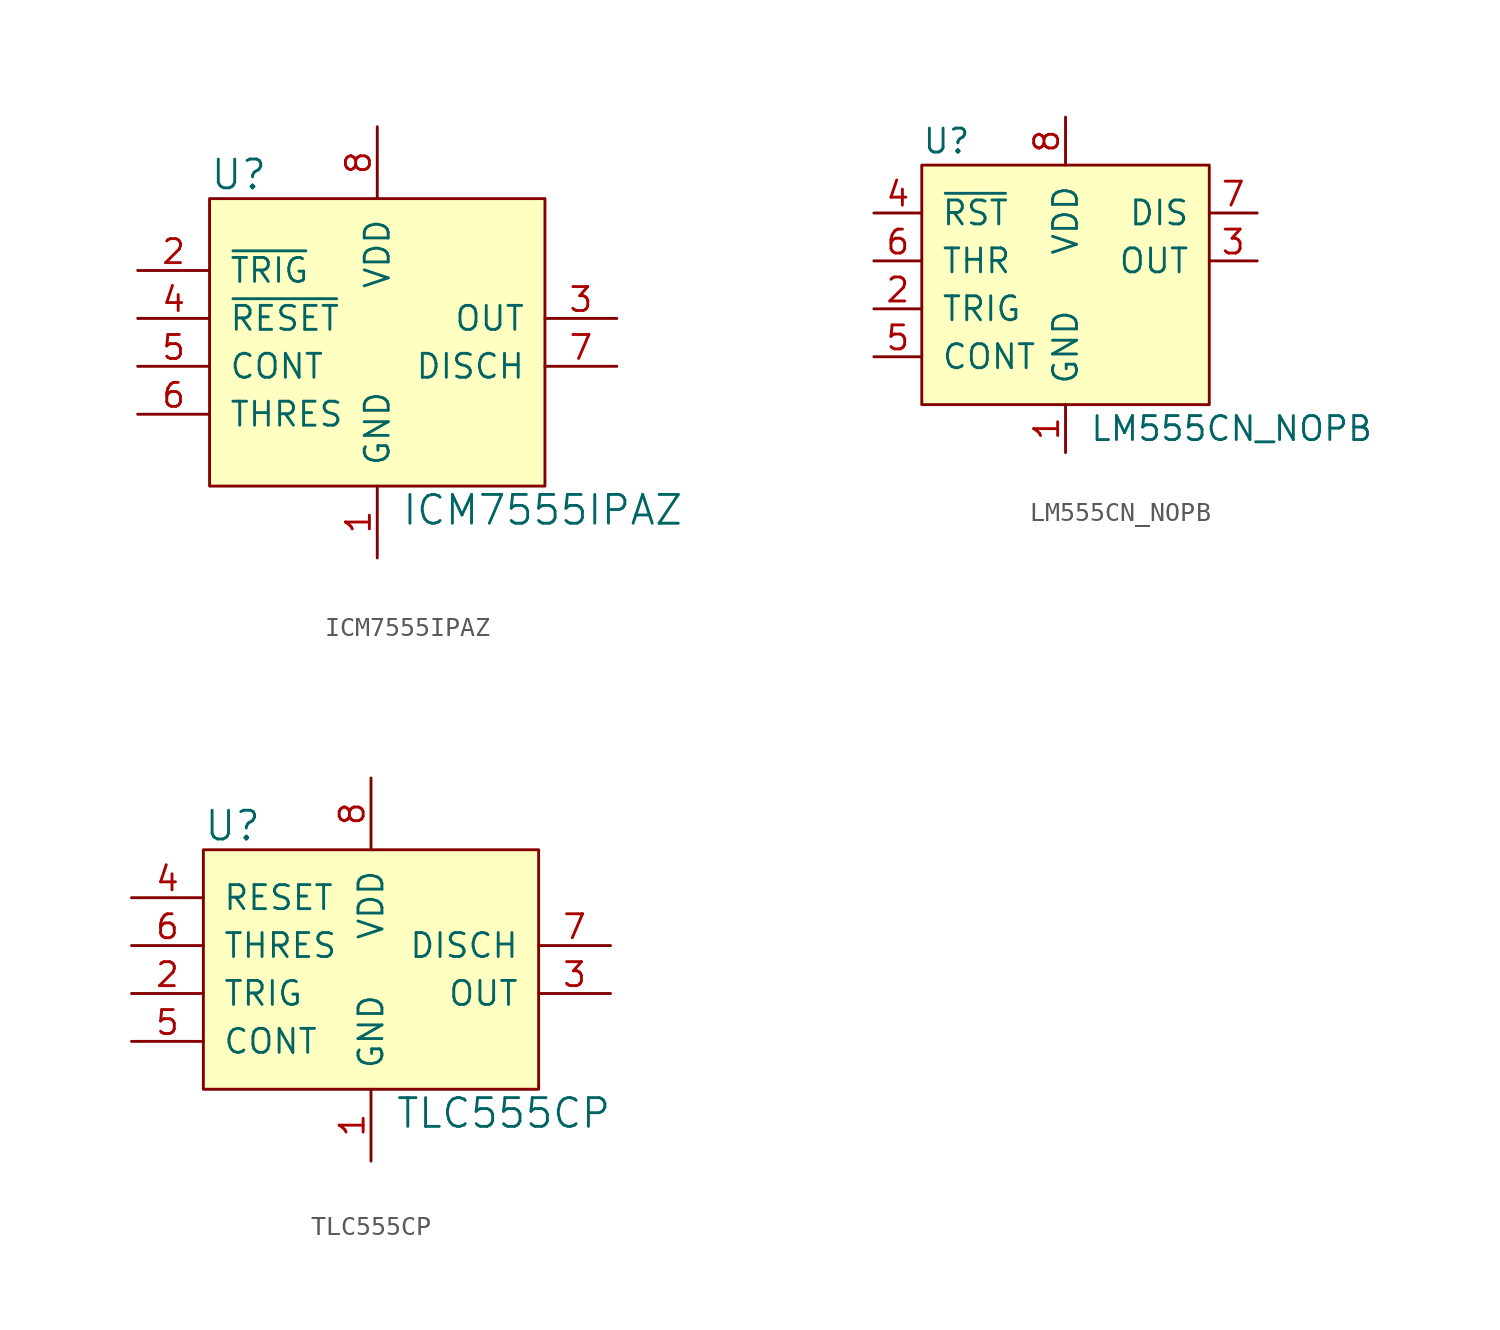
<source format=kicad_sym>
(kicad_symbol_lib
  (version 20231120)
  (generator "kicad_symbol_editor")
  (generator_version "8.0")
  (symbol "ICM7555IPAZ"
    (pin_names
      (offset 1.016))
    (property "Reference" "U"
      (at -8.89 7.62 0)
      (effects (font (size 1.524 1.524)) (justify left)))
    (property "Value" "ICM7555IPAZ"
      (at 1.27 -10.16 0)
      (effects (font (size 1.524 1.524)) (justify left)))
    (symbol "ICM7555IPAZ_1_1"
      (rectangle (start -8.89 6.35) (end 8.89 -8.89) (stroke (width 0) (type solid)) (fill (type background)))
      (pin power_in line (at 0 -12.7 90) (length 3.81) (name "GND" (effects (font (size 1.27 1.27)))) (number "1" (effects (font (size 1.27 1.27)))))
      (pin input line (at -12.7 2.54 0) (length 3.81) (name "~{TRIG}" (effects (font (size 1.27 1.27)))) (number "2" (effects (font (size 1.27 1.27)))))
      (pin output line (at 12.7 0 180) (length 3.81) (name "OUT" (effects (font (size 1.27 1.27)))) (number "3" (effects (font (size 1.27 1.27)))))
      (pin input line (at -12.7 0 0) (length 3.81) (name "~{RESET}" (effects (font (size 1.27 1.27)))) (number "4" (effects (font (size 1.27 1.27)))))
      (pin input line (at -12.7 -2.54 0) (length 3.81) (name "CONT" (effects (font (size 1.27 1.27)))) (number "5" (effects (font (size 1.27 1.27)))))
      (pin input line (at -12.7 -5.08 0) (length 3.81) (name "THRES" (effects (font (size 1.27 1.27)))) (number "6" (effects (font (size 1.27 1.27)))))
      (pin output line (at 12.7 -2.54 180) (length 3.81) (name "DISCH" (effects (font (size 1.27 1.27)))) (number "7" (effects (font (size 1.27 1.27)))))
      (pin power_in line (at 0 10.16 270) (length 3.81) (name "VDD" (effects (font (size 1.27 1.27)))) (number "8" (effects (font (size 1.27 1.27)))))))
  (symbol "LM555CN_NOPB"
    (pin_names
      (offset 1.016))
    (property "Reference" "U"
      (at -7.62 6.35 0)
      (effects (font (size 1.27 1.27)) (justify left)))
    (property "Value" "LM555CN_NOPB"
      (at 1.27 -8.89 0)
      (effects (font (size 1.27 1.27)) (justify left)))
    (symbol "LM555CN_NOPB_0_1"
      (rectangle (start -7.62 5.08) (end 7.62 -7.62) (stroke (width 0) (type solid)) (fill (type background))))
    (symbol "LM555CN_NOPB_1_1"
      (pin power_in line (at 0 -10.16 90) (length 2.54) (name "GND" (effects (font (size 1.27 1.27)))) (number "1" (effects (font (size 1.27 1.27)))))
      (pin input line (at -10.16 -2.54 0) (length 2.54) (name "TRIG" (effects (font (size 1.27 1.27)))) (number "2" (effects (font (size 1.27 1.27)))))
      (pin output line (at 10.16 0 180) (length 2.54) (name "OUT" (effects (font (size 1.27 1.27)))) (number "3" (effects (font (size 1.27 1.27)))))
      (pin input line (at -10.16 2.54 0) (length 2.54) (name "~{RST}" (effects (font (size 1.27 1.27)))) (number "4" (effects (font (size 1.27 1.27)))))
      (pin input line (at -10.16 -5.08 0) (length 2.54) (name "CONT" (effects (font (size 1.27 1.27)))) (number "5" (effects (font (size 1.27 1.27)))))
      (pin input line (at -10.16 0 0) (length 2.54) (name "THR" (effects (font (size 1.27 1.27)))) (number "6" (effects (font (size 1.27 1.27)))))
      (pin output line (at 10.16 2.54 180) (length 2.54) (name "DIS" (effects (font (size 1.27 1.27)))) (number "7" (effects (font (size 1.27 1.27)))))
      (pin power_in line (at 0 7.62 270) (length 2.54) (name "VDD" (effects (font (size 1.27 1.27)))) (number "8" (effects (font (size 1.27 1.27)))))))
  (symbol "TLC555CP"
    (pin_names
      (offset 1.016))
    (property "Reference" "U"
      (at -8.89 1.27 0)
      (effects (font (size 1.524 1.524)) (justify left)))
    (property "Value" "TLC555CP"
      (at 1.27 -13.97 0)
      (effects (font (size 1.524 1.524)) (justify left)))
    (symbol "TLC555CP_0_1"
      (rectangle (start -8.89 0) (end 8.89 -12.7) (stroke (width 0) (type solid)) (fill (type background))))
    (symbol "TLC555CP_1_1"
      (pin power_in line (at 0 -16.51 90) (length 3.81) (name "GND" (effects (font (size 1.27 1.27)))) (number "1" (effects (font (size 1.27 1.27)))))
      (pin input line (at -12.7 -7.62 0) (length 3.81) (name "TRIG" (effects (font (size 1.27 1.27)))) (number "2" (effects (font (size 1.27 1.27)))))
      (pin output line (at 12.7 -7.62 180) (length 3.81) (name "OUT" (effects (font (size 1.27 1.27)))) (number "3" (effects (font (size 1.27 1.27)))))
      (pin input line (at -12.7 -2.54 0) (length 3.81) (name "RESET" (effects (font (size 1.27 1.27)))) (number "4" (effects (font (size 1.27 1.27)))))
      (pin input line (at -12.7 -10.16 0) (length 3.81) (name "CONT" (effects (font (size 1.27 1.27)))) (number "5" (effects (font (size 1.27 1.27)))))
      (pin input line (at -12.7 -5.08 0) (length 3.81) (name "THRES" (effects (font (size 1.27 1.27)))) (number "6" (effects (font (size 1.27 1.27)))))
      (pin output line (at 12.7 -5.08 180) (length 3.81) (name "DISCH" (effects (font (size 1.27 1.27)))) (number "7" (effects (font (size 1.27 1.27)))))
      (pin power_in line (at 0 3.81 270) (length 3.81) (name "VDD" (effects (font (size 1.27 1.27)))) (number "8" (effects (font (size 1.27 1.27))))))))
</source>
